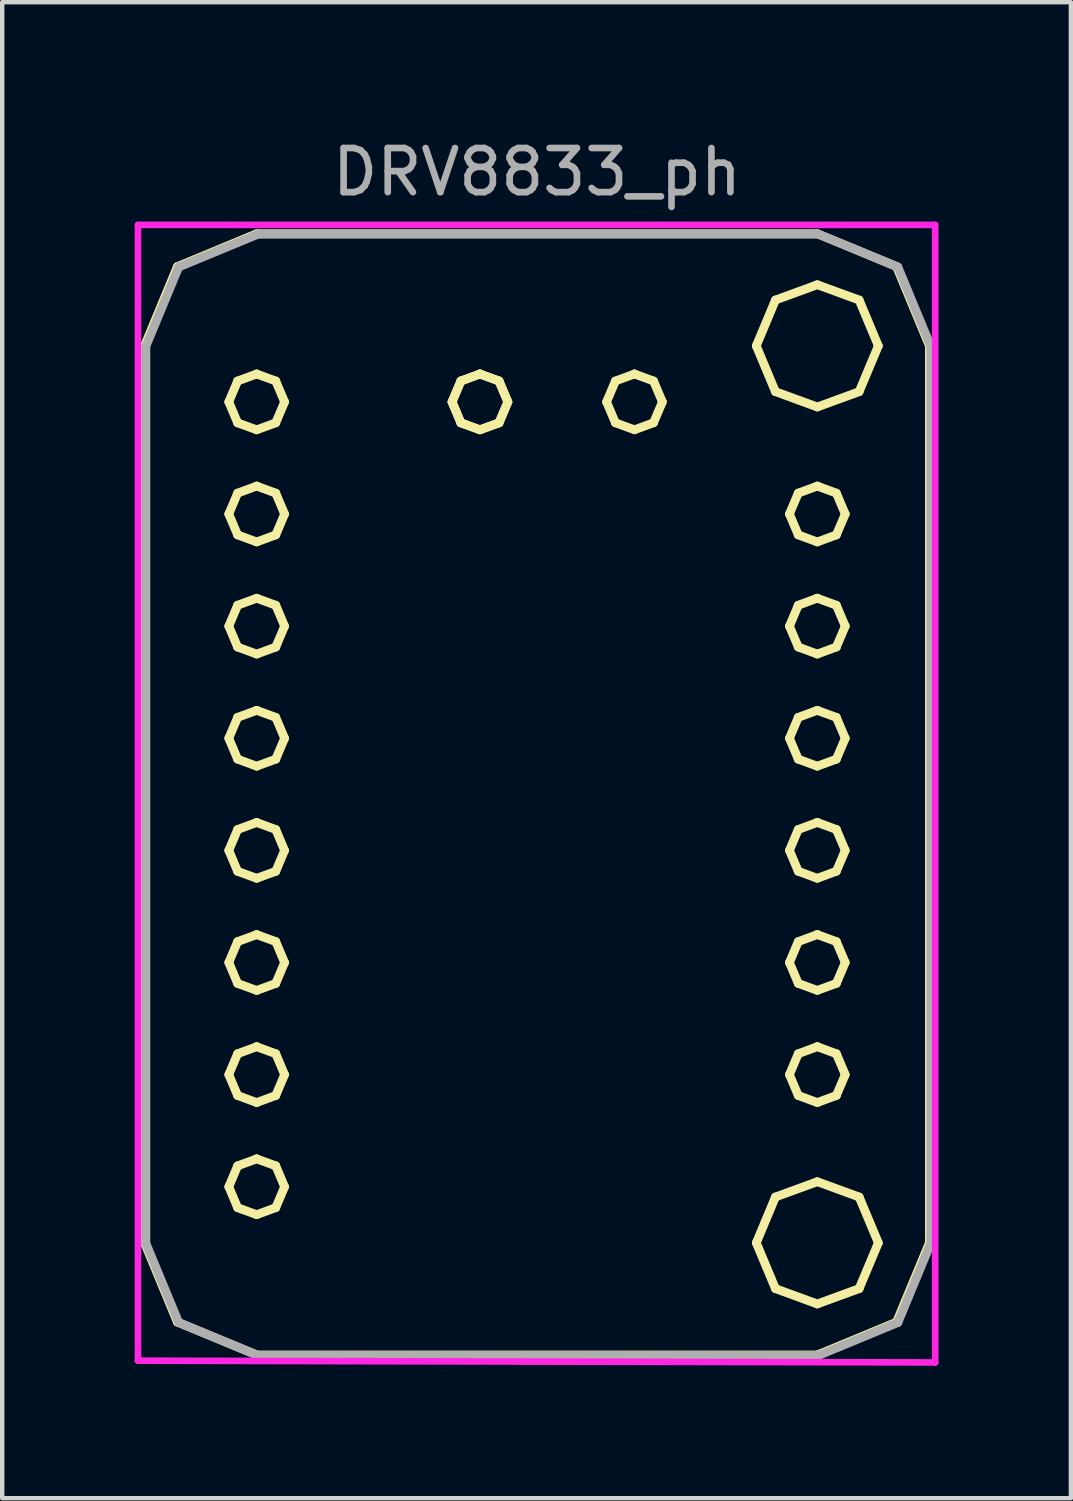
<source format=kicad_pcb>
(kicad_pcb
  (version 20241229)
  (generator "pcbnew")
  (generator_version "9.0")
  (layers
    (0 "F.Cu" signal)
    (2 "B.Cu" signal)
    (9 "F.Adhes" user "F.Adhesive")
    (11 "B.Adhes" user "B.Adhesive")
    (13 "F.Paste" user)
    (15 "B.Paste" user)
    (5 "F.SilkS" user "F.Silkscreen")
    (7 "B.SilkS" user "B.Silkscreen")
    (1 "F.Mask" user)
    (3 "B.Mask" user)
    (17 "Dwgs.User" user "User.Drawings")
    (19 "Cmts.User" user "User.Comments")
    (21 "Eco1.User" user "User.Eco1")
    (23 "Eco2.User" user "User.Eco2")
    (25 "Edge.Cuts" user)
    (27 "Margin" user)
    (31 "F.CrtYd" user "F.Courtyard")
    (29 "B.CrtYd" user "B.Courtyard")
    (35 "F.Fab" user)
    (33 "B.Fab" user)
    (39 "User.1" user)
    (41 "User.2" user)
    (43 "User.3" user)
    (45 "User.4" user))
  (footprint "DRV8833_ph"
    (layer "F.Cu")
    (at 9.115 14.945)
    (property "Reference" "DRV8833_ph" (at 0 -14.097 0) (layer "F.Fab") (effects (font (size 1 1) (thickness 0.15))))
    (attr smd)
    (fp_line (start -8.89 -10.16) (end -8.146 -11.956) (stroke (width 0.198) (type solid)) (layer "F.SilkS"))
    (fp_line (start -8.89 10.16) (end -8.89 -10.16) (stroke (width 0.198) (type solid)) (layer "F.SilkS"))
    (fp_line (start -8.146 -11.956) (end -6.35 -12.7) (stroke (width 0.198) (type solid)) (layer "F.SilkS"))
    (fp_line (start -8.146 11.956) (end -8.89 10.16) (stroke (width 0.198) (type solid)) (layer "F.SilkS"))
    (fp_line (start -6.982 -8.89) (end -6.782 -8.416) (stroke (width 0.198) (type solid)) (layer "F.SilkS"))
    (fp_line (start -6.982 -6.35) (end -6.782 -5.877) (stroke (width 0.198) (type solid)) (layer "F.SilkS"))
    (fp_line (start -6.982 -3.81) (end -6.782 -3.336) (stroke (width 0.198) (type solid)) (layer "F.SilkS"))
    (fp_line (start -6.982 -1.27) (end -6.782 -0.797) (stroke (width 0.198) (type solid)) (layer "F.SilkS"))
    (fp_line (start -6.982 1.271) (end -6.782 1.744) (stroke (width 0.198) (type solid)) (layer "F.SilkS"))
    (fp_line (start -6.982 3.81) (end -6.782 4.284) (stroke (width 0.198) (type solid)) (layer "F.SilkS"))
    (fp_line (start -6.982 6.35) (end -6.782 6.823) (stroke (width 0.198) (type solid)) (layer "F.SilkS"))
    (fp_line (start -6.982 8.89) (end -6.782 9.364) (stroke (width 0.198) (type solid)) (layer "F.SilkS"))
    (fp_line (start -6.782 -9.364) (end -6.982 -8.89) (stroke (width 0.198) (type solid)) (layer "F.SilkS"))
    (fp_line (start -6.782 -8.416) (end -6.35 -8.258) (stroke (width 0.198) (type solid)) (layer "F.SilkS"))
    (fp_line (start -6.782 -6.824) (end -6.982 -6.35) (stroke (width 0.198) (type solid)) (layer "F.SilkS"))
    (fp_line (start -6.782 -5.877) (end -6.35 -5.718) (stroke (width 0.198) (type solid)) (layer "F.SilkS"))
    (fp_line (start -6.782 -4.284) (end -6.982 -3.81) (stroke (width 0.198) (type solid)) (layer "F.SilkS"))
    (fp_line (start -6.782 -3.336) (end -6.35 -3.178) (stroke (width 0.198) (type solid)) (layer "F.SilkS"))
    (fp_line (start -6.782 -1.744) (end -6.982 -1.27) (stroke (width 0.198) (type solid)) (layer "F.SilkS"))
    (fp_line (start -6.782 -0.797) (end -6.35 -0.638) (stroke (width 0.198) (type solid)) (layer "F.SilkS"))
    (fp_line (start -6.782 0.797) (end -6.982 1.271) (stroke (width 0.198) (type solid)) (layer "F.SilkS"))
    (fp_line (start -6.782 1.744) (end -6.35 1.902) (stroke (width 0.198) (type solid)) (layer "F.SilkS"))
    (fp_line (start -6.782 3.336) (end -6.982 3.81) (stroke (width 0.198) (type solid)) (layer "F.SilkS"))
    (fp_line (start -6.782 4.284) (end -6.35 4.442) (stroke (width 0.198) (type solid)) (layer "F.SilkS"))
    (fp_line (start -6.782 5.876) (end -6.982 6.35) (stroke (width 0.198) (type solid)) (layer "F.SilkS"))
    (fp_line (start -6.782 6.823) (end -6.35 6.982) (stroke (width 0.198) (type solid)) (layer "F.SilkS"))
    (fp_line (start -6.782 8.416) (end -6.982 8.89) (stroke (width 0.198) (type solid)) (layer "F.SilkS"))
    (fp_line (start -6.782 9.364) (end -6.35 9.522) (stroke (width 0.198) (type solid)) (layer "F.SilkS"))
    (fp_line (start -6.35 -9.522) (end -6.782 -9.364) (stroke (width 0.198) (type solid)) (layer "F.SilkS"))
    (fp_line (start -6.35 -9.522) (end -6.35 -9.522) (stroke (width 0.198) (type solid)) (layer "F.SilkS"))
    (fp_line (start -6.35 -8.258) (end -5.918 -8.416) (stroke (width 0.198) (type solid)) (layer "F.SilkS"))
    (fp_line (start -6.35 -6.983) (end -6.782 -6.824) (stroke (width 0.198) (type solid)) (layer "F.SilkS"))
    (fp_line (start -6.35 -6.983) (end -6.35 -6.983) (stroke (width 0.198) (type solid)) (layer "F.SilkS"))
    (fp_line (start -6.35 -5.718) (end -5.918 -5.877) (stroke (width 0.198) (type solid)) (layer "F.SilkS"))
    (fp_line (start -6.35 -4.442) (end -6.782 -4.284) (stroke (width 0.198) (type solid)) (layer "F.SilkS"))
    (fp_line (start -6.35 -4.442) (end -6.35 -4.442) (stroke (width 0.198) (type solid)) (layer "F.SilkS"))
    (fp_line (start -6.35 -3.178) (end -5.918 -3.336) (stroke (width 0.198) (type solid)) (layer "F.SilkS"))
    (fp_line (start -6.35 -1.902) (end -6.782 -1.744) (stroke (width 0.198) (type solid)) (layer "F.SilkS"))
    (fp_line (start -6.35 -1.902) (end -6.35 -1.902) (stroke (width 0.198) (type solid)) (layer "F.SilkS"))
    (fp_line (start -6.35 -0.638) (end -5.918 -0.797) (stroke (width 0.198) (type solid)) (layer "F.SilkS"))
    (fp_line (start -6.35 0.638) (end -6.782 0.797) (stroke (width 0.198) (type solid)) (layer "F.SilkS"))
    (fp_line (start -6.35 0.638) (end -6.35 0.638) (stroke (width 0.198) (type solid)) (layer "F.SilkS"))
    (fp_line (start -6.35 1.902) (end -5.918 1.744) (stroke (width 0.198) (type solid)) (layer "F.SilkS"))
    (fp_line (start -6.35 3.178) (end -6.782 3.336) (stroke (width 0.198) (type solid)) (layer "F.SilkS"))
    (fp_line (start -6.35 3.178) (end -6.35 3.178) (stroke (width 0.198) (type solid)) (layer "F.SilkS"))
    (fp_line (start -6.35 4.442) (end -5.918 4.284) (stroke (width 0.198) (type solid)) (layer "F.SilkS"))
    (fp_line (start -6.35 5.717) (end -6.782 5.876) (stroke (width 0.198) (type solid)) (layer "F.SilkS"))
    (fp_line (start -6.35 5.717) (end -6.35 5.717) (stroke (width 0.198) (type solid)) (layer "F.SilkS"))
    (fp_line (start -6.35 6.982) (end -5.918 6.823) (stroke (width 0.198) (type solid)) (layer "F.SilkS"))
    (fp_line (start -6.35 8.258) (end -6.782 8.416) (stroke (width 0.198) (type solid)) (layer "F.SilkS"))
    (fp_line (start -6.35 8.258) (end -6.35 8.258) (stroke (width 0.198) (type solid)) (layer "F.SilkS"))
    (fp_line (start -6.35 9.522) (end -5.918 9.364) (stroke (width 0.198) (type solid)) (layer "F.SilkS"))
    (fp_line (start -6.35 -12.7) (end 6.35 -12.7) (stroke (width 0.198) (type solid)) (layer "F.SilkS"))
    (fp_line (start -6.35 12.7) (end -8.146 11.956) (stroke (width 0.198) (type solid)) (layer "F.SilkS"))
    (fp_line (start -5.918 -9.364) (end -6.35 -9.522) (stroke (width 0.198) (type solid)) (layer "F.SilkS"))
    (fp_line (start -5.918 -8.416) (end -5.718 -8.89) (stroke (width 0.198) (type solid)) (layer "F.SilkS"))
    (fp_line (start -5.918 -6.824) (end -6.35 -6.983) (stroke (width 0.198) (type solid)) (layer "F.SilkS"))
    (fp_line (start -5.918 -5.877) (end -5.718 -6.35) (stroke (width 0.198) (type solid)) (layer "F.SilkS"))
    (fp_line (start -5.918 -4.284) (end -6.35 -4.442) (stroke (width 0.198) (type solid)) (layer "F.SilkS"))
    (fp_line (start -5.918 -3.336) (end -5.718 -3.81) (stroke (width 0.198) (type solid)) (layer "F.SilkS"))
    (fp_line (start -5.918 -1.744) (end -6.35 -1.902) (stroke (width 0.198) (type solid)) (layer "F.SilkS"))
    (fp_line (start -5.918 -0.797) (end -5.718 -1.27) (stroke (width 0.198) (type solid)) (layer "F.SilkS"))
    (fp_line (start -5.918 0.797) (end -6.35 0.638) (stroke (width 0.198) (type solid)) (layer "F.SilkS"))
    (fp_line (start -5.918 1.744) (end -5.718 1.271) (stroke (width 0.198) (type solid)) (layer "F.SilkS"))
    (fp_line (start -5.918 3.336) (end -6.35 3.178) (stroke (width 0.198) (type solid)) (layer "F.SilkS"))
    (fp_line (start -5.918 4.284) (end -5.718 3.81) (stroke (width 0.198) (type solid)) (layer "F.SilkS"))
    (fp_line (start -5.918 5.876) (end -6.35 5.717) (stroke (width 0.198) (type solid)) (layer "F.SilkS"))
    (fp_line (start -5.918 6.823) (end -5.718 6.35) (stroke (width 0.198) (type solid)) (layer "F.SilkS"))
    (fp_line (start -5.918 8.416) (end -6.35 8.258) (stroke (width 0.198) (type solid)) (layer "F.SilkS"))
    (fp_line (start -5.918 9.364) (end -5.718 8.89) (stroke (width 0.198) (type solid)) (layer "F.SilkS"))
    (fp_line (start -5.718 -8.89) (end -5.918 -9.364) (stroke (width 0.198) (type solid)) (layer "F.SilkS"))
    (fp_line (start -5.718 -6.35) (end -5.918 -6.824) (stroke (width 0.198) (type solid)) (layer "F.SilkS"))
    (fp_line (start -5.718 -3.81) (end -5.918 -4.284) (stroke (width 0.198) (type solid)) (layer "F.SilkS"))
    (fp_line (start -5.718 -1.27) (end -5.918 -1.744) (stroke (width 0.198) (type solid)) (layer "F.SilkS"))
    (fp_line (start -5.718 1.271) (end -5.918 0.797) (stroke (width 0.198) (type solid)) (layer "F.SilkS"))
    (fp_line (start -5.718 3.81) (end -5.918 3.336) (stroke (width 0.198) (type solid)) (layer "F.SilkS"))
    (fp_line (start -5.718 6.35) (end -5.918 5.876) (stroke (width 0.198) (type solid)) (layer "F.SilkS"))
    (fp_line (start -5.718 8.89) (end -5.918 8.416) (stroke (width 0.198) (type solid)) (layer "F.SilkS"))
    (fp_line (start -1.924 -8.89) (end -1.724 -8.416) (stroke (width 0.198) (type solid)) (layer "F.SilkS"))
    (fp_line (start -1.924 -8.89) (end -1.724 -8.416) (stroke (width 0.198) (type solid)) (layer "F.SilkS"))
    (fp_line (start -1.724 -9.364) (end -1.924 -8.89) (stroke (width 0.198) (type solid)) (layer "F.SilkS"))
    (fp_line (start -1.724 -9.364) (end -1.924 -8.89) (stroke (width 0.198) (type solid)) (layer "F.SilkS"))
    (fp_line (start -1.724 -8.416) (end -1.292 -8.258) (stroke (width 0.198) (type solid)) (layer "F.SilkS"))
    (fp_line (start -1.724 -8.416) (end -1.292 -8.258) (stroke (width 0.198) (type solid)) (layer "F.SilkS"))
    (fp_line (start -1.292 -9.522) (end -1.724 -9.364) (stroke (width 0.198) (type solid)) (layer "F.SilkS"))
    (fp_line (start -1.292 -9.522) (end -1.724 -9.364) (stroke (width 0.198) (type solid)) (layer "F.SilkS"))
    (fp_line (start -1.292 -9.522) (end -1.292 -9.522) (stroke (width 0.198) (type solid)) (layer "F.SilkS"))
    (fp_line (start -1.292 -9.522) (end -1.292 -9.522) (stroke (width 0.198) (type solid)) (layer "F.SilkS"))
    (fp_line (start -1.292 -8.258) (end -0.86 -8.416) (stroke (width 0.198) (type solid)) (layer "F.SilkS"))
    (fp_line (start -1.292 -8.258) (end -0.86 -8.416) (stroke (width 0.198) (type solid)) (layer "F.SilkS"))
    (fp_line (start -0.86 -9.364) (end -1.292 -9.522) (stroke (width 0.198) (type solid)) (layer "F.SilkS"))
    (fp_line (start -0.86 -9.364) (end -1.292 -9.522) (stroke (width 0.198) (type solid)) (layer "F.SilkS"))
    (fp_line (start -0.86 -8.416) (end -0.66 -8.89) (stroke (width 0.198) (type solid)) (layer "F.SilkS"))
    (fp_line (start -0.86 -8.416) (end -0.66 -8.89) (stroke (width 0.198) (type solid)) (layer "F.SilkS"))
    (fp_line (start -0.66 -8.89) (end -0.86 -9.364) (stroke (width 0.198) (type solid)) (layer "F.SilkS"))
    (fp_line (start -0.66 -8.89) (end -0.86 -9.364) (stroke (width 0.198) (type solid)) (layer "F.SilkS"))
    (fp_line (start 1.576 -8.89) (end 1.777 -8.417) (stroke (width 0.198) (type solid)) (layer "F.SilkS"))
    (fp_line (start 1.777 -9.364) (end 1.576 -8.89) (stroke (width 0.198) (type solid)) (layer "F.SilkS"))
    (fp_line (start 1.777 -8.417) (end 2.208 -8.259) (stroke (width 0.198) (type solid)) (layer "F.SilkS"))
    (fp_line (start 2.208 -9.523) (end 1.777 -9.364) (stroke (width 0.198) (type solid)) (layer "F.SilkS"))
    (fp_line (start 2.208 -9.523) (end 2.208 -9.523) (stroke (width 0.198) (type solid)) (layer "F.SilkS"))
    (fp_line (start 2.208 -8.259) (end 2.64 -8.417) (stroke (width 0.198) (type solid)) (layer "F.SilkS"))
    (fp_line (start 2.64 -9.364) (end 2.208 -9.523) (stroke (width 0.198) (type solid)) (layer "F.SilkS"))
    (fp_line (start 2.64 -8.417) (end 2.841 -8.89) (stroke (width 0.198) (type solid)) (layer "F.SilkS"))
    (fp_line (start 2.841 -8.89) (end 2.64 -9.364) (stroke (width 0.198) (type solid)) (layer "F.SilkS"))
    (fp_line (start 4.968 -10.16) (end 5.402 -9.122) (stroke (width 0.198) (type solid)) (layer "F.SilkS"))
    (fp_line (start 4.968 10.16) (end 5.402 11.198) (stroke (width 0.198) (type solid)) (layer "F.SilkS"))
    (fp_line (start 5.402 -11.198) (end 4.968 -10.16) (stroke (width 0.198) (type solid)) (layer "F.SilkS"))
    (fp_line (start 5.402 -9.122) (end 6.35 -8.775) (stroke (width 0.198) (type solid)) (layer "F.SilkS"))
    (fp_line (start 5.402 9.122) (end 4.968 10.16) (stroke (width 0.198) (type solid)) (layer "F.SilkS"))
    (fp_line (start 5.402 11.198) (end 6.35 11.545) (stroke (width 0.198) (type solid)) (layer "F.SilkS"))
    (fp_line (start 5.719 -6.35) (end 5.919 -5.877) (stroke (width 0.198) (type solid)) (layer "F.SilkS"))
    (fp_line (start 5.719 -3.81) (end 5.919 -3.337) (stroke (width 0.198) (type solid)) (layer "F.SilkS"))
    (fp_line (start 5.719 -1.27) (end 5.919 -0.796) (stroke (width 0.198) (type solid)) (layer "F.SilkS"))
    (fp_line (start 5.719 1.27) (end 5.919 1.743) (stroke (width 0.198) (type solid)) (layer "F.SilkS"))
    (fp_line (start 5.719 3.81) (end 5.919 4.283) (stroke (width 0.198) (type solid)) (layer "F.SilkS"))
    (fp_line (start 5.719 6.35) (end 5.919 6.823) (stroke (width 0.198) (type solid)) (layer "F.SilkS"))
    (fp_line (start 5.919 -6.824) (end 5.719 -6.35) (stroke (width 0.198) (type solid)) (layer "F.SilkS"))
    (fp_line (start 5.919 -5.877) (end 6.35 -5.718) (stroke (width 0.198) (type solid)) (layer "F.SilkS"))
    (fp_line (start 5.919 -4.284) (end 5.719 -3.81) (stroke (width 0.198) (type solid)) (layer "F.SilkS"))
    (fp_line (start 5.919 -3.337) (end 6.35 -3.178) (stroke (width 0.198) (type solid)) (layer "F.SilkS"))
    (fp_line (start 5.919 -1.744) (end 5.719 -1.27) (stroke (width 0.198) (type solid)) (layer "F.SilkS"))
    (fp_line (start 5.919 -0.796) (end 6.35 -0.638) (stroke (width 0.198) (type solid)) (layer "F.SilkS"))
    (fp_line (start 5.919 0.796) (end 5.719 1.27) (stroke (width 0.198) (type solid)) (layer "F.SilkS"))
    (fp_line (start 5.919 1.743) (end 6.35 1.902) (stroke (width 0.198) (type solid)) (layer "F.SilkS"))
    (fp_line (start 5.919 3.336) (end 5.719 3.81) (stroke (width 0.198) (type solid)) (layer "F.SilkS"))
    (fp_line (start 5.919 4.283) (end 6.35 4.441) (stroke (width 0.198) (type solid)) (layer "F.SilkS"))
    (fp_line (start 5.919 5.876) (end 5.719 6.35) (stroke (width 0.198) (type solid)) (layer "F.SilkS"))
    (fp_line (start 5.919 6.823) (end 6.35 6.982) (stroke (width 0.198) (type solid)) (layer "F.SilkS"))
    (fp_line (start 6.35 -11.545) (end 5.402 -11.198) (stroke (width 0.198) (type solid)) (layer "F.SilkS"))
    (fp_line (start 6.35 -8.775) (end 7.298 -9.122) (stroke (width 0.198) (type solid)) (layer "F.SilkS"))
    (fp_line (start 6.35 8.775) (end 5.402 9.122) (stroke (width 0.198) (type solid)) (layer "F.SilkS"))
    (fp_line (start 6.35 11.545) (end 7.298 11.198) (stroke (width 0.198) (type solid)) (layer "F.SilkS"))
    (fp_line (start 6.35 -12.7) (end 8.146 -11.956) (stroke (width 0.198) (type solid)) (layer "F.SilkS"))
    (fp_line (start 6.35 12.7) (end -6.35 12.7) (stroke (width 0.198) (type solid)) (layer "F.SilkS"))
    (fp_line (start 6.35 -6.983) (end 5.919 -6.824) (stroke (width 0.198) (type solid)) (layer "F.SilkS"))
    (fp_line (start 6.35 -6.983) (end 6.35 -6.983) (stroke (width 0.198) (type solid)) (layer "F.SilkS"))
    (fp_line (start 6.35 -5.718) (end 6.782 -5.877) (stroke (width 0.198) (type solid)) (layer "F.SilkS"))
    (fp_line (start 6.35 -4.443) (end 5.919 -4.284) (stroke (width 0.198) (type solid)) (layer "F.SilkS"))
    (fp_line (start 6.35 -4.443) (end 6.35 -4.443) (stroke (width 0.198) (type solid)) (layer "F.SilkS"))
    (fp_line (start 6.35 -3.178) (end 6.782 -3.337) (stroke (width 0.198) (type solid)) (layer "F.SilkS"))
    (fp_line (start 6.35 -1.902) (end 5.919 -1.744) (stroke (width 0.198) (type solid)) (layer "F.SilkS"))
    (fp_line (start 6.35 -1.902) (end 6.35 -1.902) (stroke (width 0.198) (type solid)) (layer "F.SilkS"))
    (fp_line (start 6.35 -0.638) (end 6.782 -0.796) (stroke (width 0.198) (type solid)) (layer "F.SilkS"))
    (fp_line (start 6.35 0.637) (end 5.919 0.796) (stroke (width 0.198) (type solid)) (layer "F.SilkS"))
    (fp_line (start 6.35 0.637) (end 6.35 0.637) (stroke (width 0.198) (type solid)) (layer "F.SilkS"))
    (fp_line (start 6.35 1.902) (end 6.782 1.743) (stroke (width 0.198) (type solid)) (layer "F.SilkS"))
    (fp_line (start 6.35 3.177) (end 5.919 3.336) (stroke (width 0.198) (type solid)) (layer "F.SilkS"))
    (fp_line (start 6.35 3.177) (end 6.35 3.177) (stroke (width 0.198) (type solid)) (layer "F.SilkS"))
    (fp_line (start 6.35 4.441) (end 6.782 4.283) (stroke (width 0.198) (type solid)) (layer "F.SilkS"))
    (fp_line (start 6.35 5.717) (end 5.919 5.876) (stroke (width 0.198) (type solid)) (layer "F.SilkS"))
    (fp_line (start 6.35 5.717) (end 6.35 5.717) (stroke (width 0.198) (type solid)) (layer "F.SilkS"))
    (fp_line (start 6.35 6.982) (end 6.782 6.823) (stroke (width 0.198) (type solid)) (layer "F.SilkS"))
    (fp_line (start 6.782 -6.824) (end 6.35 -6.983) (stroke (width 0.198) (type solid)) (layer "F.SilkS"))
    (fp_line (start 6.782 -5.877) (end 6.983 -6.35) (stroke (width 0.198) (type solid)) (layer "F.SilkS"))
    (fp_line (start 6.782 -4.284) (end 6.35 -4.443) (stroke (width 0.198) (type solid)) (layer "F.SilkS"))
    (fp_line (start 6.782 -3.337) (end 6.983 -3.81) (stroke (width 0.198) (type solid)) (layer "F.SilkS"))
    (fp_line (start 6.782 -1.744) (end 6.35 -1.902) (stroke (width 0.198) (type solid)) (layer "F.SilkS"))
    (fp_line (start 6.782 -0.796) (end 6.983 -1.27) (stroke (width 0.198) (type solid)) (layer "F.SilkS"))
    (fp_line (start 6.782 0.796) (end 6.35 0.637) (stroke (width 0.198) (type solid)) (layer "F.SilkS"))
    (fp_line (start 6.782 1.743) (end 6.983 1.27) (stroke (width 0.198) (type solid)) (layer "F.SilkS"))
    (fp_line (start 6.782 3.336) (end 6.35 3.177) (stroke (width 0.198) (type solid)) (layer "F.SilkS"))
    (fp_line (start 6.782 4.283) (end 6.983 3.81) (stroke (width 0.198) (type solid)) (layer "F.SilkS"))
    (fp_line (start 6.782 5.876) (end 6.35 5.717) (stroke (width 0.198) (type solid)) (layer "F.SilkS"))
    (fp_line (start 6.782 6.823) (end 6.983 6.35) (stroke (width 0.198) (type solid)) (layer "F.SilkS"))
    (fp_line (start 6.983 -6.35) (end 6.782 -6.824) (stroke (width 0.198) (type solid)) (layer "F.SilkS"))
    (fp_line (start 6.983 -3.81) (end 6.782 -4.284) (stroke (width 0.198) (type solid)) (layer "F.SilkS"))
    (fp_line (start 6.983 -1.27) (end 6.782 -1.744) (stroke (width 0.198) (type solid)) (layer "F.SilkS"))
    (fp_line (start 6.983 1.27) (end 6.782 0.796) (stroke (width 0.198) (type solid)) (layer "F.SilkS"))
    (fp_line (start 6.983 3.81) (end 6.782 3.336) (stroke (width 0.198) (type solid)) (layer "F.SilkS"))
    (fp_line (start 6.983 6.35) (end 6.782 5.876) (stroke (width 0.198) (type solid)) (layer "F.SilkS"))
    (fp_line (start 7.298 -11.198) (end 6.35 -11.545) (stroke (width 0.198) (type solid)) (layer "F.SilkS"))
    (fp_line (start 7.298 -9.122) (end 7.733 -10.16) (stroke (width 0.198) (type solid)) (layer "F.SilkS"))
    (fp_line (start 7.298 9.122) (end 6.35 8.775) (stroke (width 0.198) (type solid)) (layer "F.SilkS"))
    (fp_line (start 7.298 11.198) (end 7.733 10.16) (stroke (width 0.198) (type solid)) (layer "F.SilkS"))
    (fp_line (start 7.733 -10.16) (end 7.298 -11.198) (stroke (width 0.198) (type solid)) (layer "F.SilkS"))
    (fp_line (start 7.733 10.16) (end 7.298 9.122) (stroke (width 0.198) (type solid)) (layer "F.SilkS"))
    (fp_line (start 8.146 -11.956) (end 8.89 -10.16) (stroke (width 0.198) (type solid)) (layer "F.SilkS"))
    (fp_line (start 8.146 11.956) (end 6.35 12.7) (stroke (width 0.198) (type solid)) (layer "F.SilkS"))
    (fp_line (start 8.89 -10.16) (end 8.89 10.16) (stroke (width 0.198) (type solid)) (layer "F.SilkS"))
    (fp_line (start 8.89 10.16) (end 8.146 11.956) (stroke (width 0.198) (type solid)) (layer "F.SilkS"))
    (fp_line (start -9.04 -12.9) (end -9.04 12.83) (stroke (width 0.15) (type solid)) (layer "F.CrtYd"))
    (fp_line (start -9.04 12.83) (end 9.02 12.87) (stroke (width 0.15) (type solid)) (layer "F.CrtYd"))
    (fp_line (start 9.02 -12.9) (end -9.04 -12.9) (stroke (width 0.15) (type solid)) (layer "F.CrtYd"))
    (fp_line (start 9.02 12.87) (end 9.02 -12.9) (stroke (width 0.15) (type solid)) (layer "F.CrtYd"))
    (fp_line (start -8.86 -10.15) (end -8.116 -11.946) (stroke (width 0.198) (type solid)) (layer "F.Fab"))
    (fp_line (start -8.86 10.17) (end -8.86 -10.15) (stroke (width 0.198) (type solid)) (layer "F.Fab"))
    (fp_line (start -8.116 -11.946) (end -6.32 -12.69) (stroke (width 0.198) (type solid)) (layer "F.Fab"))
    (fp_line (start -8.116 11.966) (end -8.86 10.17) (stroke (width 0.198) (type solid)) (layer "F.Fab"))
    (fp_line (start -6.32 -12.69) (end 6.38 -12.69) (stroke (width 0.198) (type solid)) (layer "F.Fab"))
    (fp_line (start -6.32 12.71) (end -8.116 11.966) (stroke (width 0.198) (type solid)) (layer "F.Fab"))
    (fp_line (start 6.38 -12.69) (end 8.176 -11.946) (stroke (width 0.198) (type solid)) (layer "F.Fab"))
    (fp_line (start 6.38 12.71) (end -6.32 12.71) (stroke (width 0.198) (type solid)) (layer "F.Fab"))
    (fp_line (start 8.176 -11.946) (end 8.92 -10.15) (stroke (width 0.198) (type solid)) (layer "F.Fab"))
    (fp_line (start 8.176 11.966) (end 6.38 12.71) (stroke (width 0.198) (type solid)) (layer "F.Fab"))
    (fp_line (start 8.92 -10.15) (end 8.92 10.17) (stroke (width 0.198) (type solid)) (layer "F.Fab"))
    (fp_line (start 8.92 10.17) (end 8.176 11.966) (stroke (width 0.198) (type solid)) (layer "F.Fab"))
    (pad "1" thru_hole oval (at -6.32 -8.91 270) (size 0.001 0.001) (drill 0.000001) (layers "*.Cu" "*.Mask"))
    (pad "2" thru_hole oval (at -6.32 -6.37 270) (size 0.001 0.001) (drill 0.000001) (layers "*.Cu" "*.Mask"))
    (pad "3" thru_hole oval (at -6.32 -3.83 270) (size 0.001 0.001) (drill 0.000001) (layers "*.Cu" "*.Mask"))
    (pad "4" thru_hole oval (at -6.32 -1.29 270) (size 0.001 0.001) (drill 0.000001) (layers "*.Cu" "*.Mask"))
    (pad "5" thru_hole oval (at -6.32 1.25 270) (size 0.001 0.001) (drill 0.000001) (layers "*.Cu" "*.Mask"))
    (pad "6" thru_hole oval (at -6.32 3.79 270) (size 0.001 0.001) (drill 0.000001) (layers "*.Cu" "*.Mask"))
    (pad "7" thru_hole oval (at -6.32 6.33 270) (size 0.001 0.001) (drill 0.000001) (layers "*.Cu" "*.Mask"))
    (pad "8" thru_hole oval (at -6.32 8.87 270) (size 0.001 0.001) (drill 0.000001) (layers "*.Cu" "*.Mask"))
    (pad "9" thru_hole oval (at 6.35 6.35 90) (size 0.001 0.001) (drill 0.000001) (layers "*.Cu" "*.Mask"))
    (pad "10" thru_hole oval (at 6.35 3.81 90) (size 0.001 0.001) (drill 0.000001) (layers "*.Cu" "*.Mask"))
    (pad "11" thru_hole oval (at 6.35 1.27 90) (size 0.001 0.001) (drill 0.000001) (layers "*.Cu" "*.Mask"))
    (pad "12" thru_hole oval (at 6.35 -1.27 90) (size 0.001 0.001) (drill 0.000001) (layers "*.Cu" "*.Mask"))
    (pad "13" thru_hole oval (at 6.35 -3.81 90) (size 0.001 0.001) (drill 0.000001) (layers "*.Cu" "*.Mask"))
    (pad "14" thru_hole oval (at 6.35 -6.35 90) (size 0.001 0.001) (drill 0.000001) (layers "*.Cu" "*.Mask")))
  (gr_rect
    (start -3 -3)
    (end 21.21 30.89)
    (stroke (width 0.1) (type default))
    (fill no)
    (layer "Edge.Cuts")))
</source>
